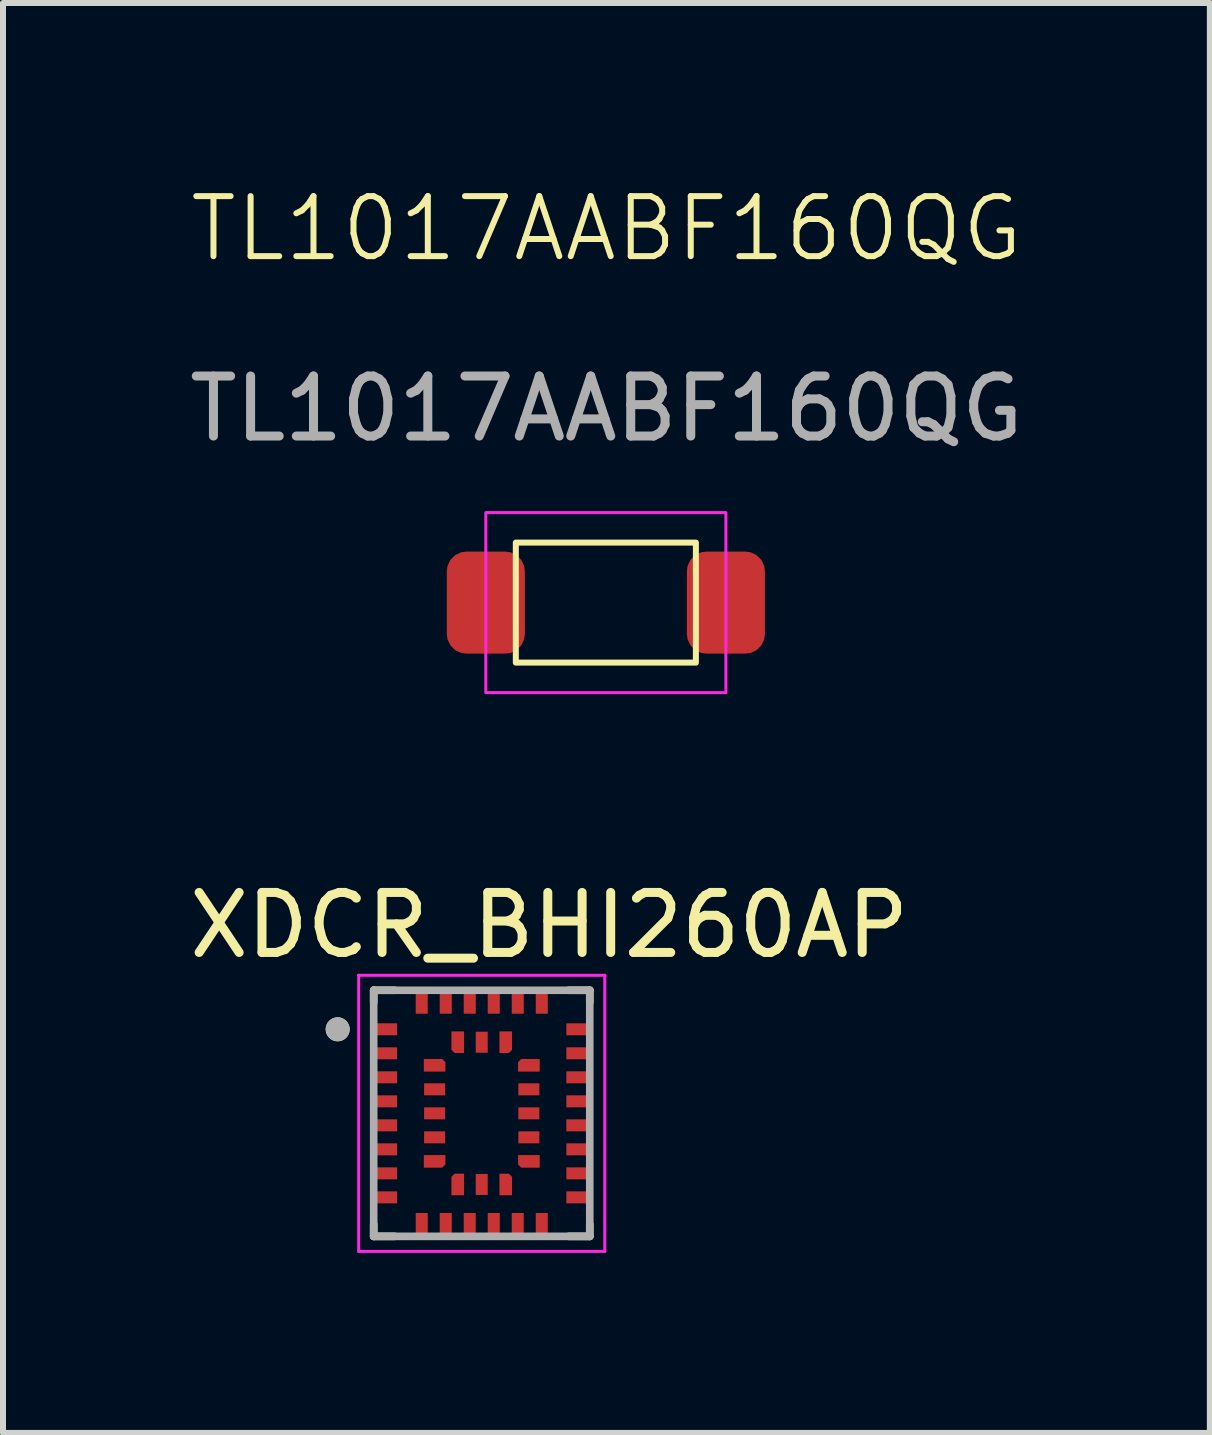
<source format=kicad_pcb>
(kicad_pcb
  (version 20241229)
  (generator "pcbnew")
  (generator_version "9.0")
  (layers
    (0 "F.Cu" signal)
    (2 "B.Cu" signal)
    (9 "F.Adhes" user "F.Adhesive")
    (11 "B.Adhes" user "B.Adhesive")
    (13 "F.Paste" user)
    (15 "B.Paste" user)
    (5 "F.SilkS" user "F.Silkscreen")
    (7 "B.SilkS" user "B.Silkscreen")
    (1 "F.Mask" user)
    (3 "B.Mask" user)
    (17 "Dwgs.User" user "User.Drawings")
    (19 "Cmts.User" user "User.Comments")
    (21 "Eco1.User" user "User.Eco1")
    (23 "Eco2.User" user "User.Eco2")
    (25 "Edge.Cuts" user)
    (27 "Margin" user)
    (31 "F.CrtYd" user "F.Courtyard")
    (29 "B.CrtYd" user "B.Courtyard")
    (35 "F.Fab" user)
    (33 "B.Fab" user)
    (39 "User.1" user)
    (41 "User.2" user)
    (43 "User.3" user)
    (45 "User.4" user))
  (footprint "TL1017AABF160QG"
    (layer "F.Cu")
    (at 7.044 6.99)
    (property "Reference" "TL1017AABF160QG" (at 0.01 -6.23 0) (unlocked yes) (layer "F.SilkS") (effects (font (size 1 1) (thickness 0.1))))
    (attr smd)
    (fp_rect (start -1.5 -1) (end 1.5 1) (stroke (width 0.1) (type default)) (fill no) (layer "F.SilkS"))
    (fp_rect (start -2 -1.5) (end 2 1.5) (stroke (width 0.05) (type default)) (fill no) (layer "F.CrtYd"))
    (fp_text user "${REFERENCE}" (at 0.01 -3.23 0) (unlocked yes) (layer "F.Fab") (effects (font (size 1 1) (thickness 0.15))))
    (pad "1" smd roundrect (at -2 0 90) (size 1.7 1.3) (layers "F.Cu" "F.Mask" "F.Paste") (roundrect_rratio 0.25))
    (pad "2" smd roundrect (at 2 0 270) (size 1.7 1.3) (layers "F.Cu" "F.Mask" "F.Paste") (roundrect_rratio 0.25)))
  (footprint "XDCR_BHI260AP"
    (layer "F.Cu")
    (at 4.976 15.499)
    (property "Reference" "XDCR_BHI260AP" (at 1.125 -3.135 0) (layer "F.SilkS") (effects (font (size 1 1) (thickness 0.15))))
    (attr smd)
    (fp_poly (pts (xy -1.81 -1.55) (xy -1.36 -1.55) (xy -1.36 -1.25) (xy -1.81 -1.25)) (stroke (width 0.01) (type solid)) (fill yes) (layer "F.Mask"))
    (fp_poly (pts (xy -1.81 -1.15) (xy -1.36 -1.15) (xy -1.36 -0.85) (xy -1.81 -0.85)) (stroke (width 0.01) (type solid)) (fill yes) (layer "F.Mask"))
    (fp_poly (pts (xy -1.81 -0.75) (xy -1.36 -0.75) (xy -1.36 -0.45) (xy -1.81 -0.45)) (stroke (width 0.01) (type solid)) (fill yes) (layer "F.Mask"))
    (fp_poly (pts (xy -1.81 -0.35) (xy -1.36 -0.35) (xy -1.36 -0.05) (xy -1.81 -0.05)) (stroke (width 0.01) (type solid)) (fill yes) (layer "F.Mask"))
    (fp_poly (pts (xy -1.81 0.05) (xy -1.36 0.05) (xy -1.36 0.35) (xy -1.81 0.35)) (stroke (width 0.01) (type solid)) (fill yes) (layer "F.Mask"))
    (fp_poly (pts (xy -1.81 0.45) (xy -1.36 0.45) (xy -1.36 0.75) (xy -1.81 0.75)) (stroke (width 0.01) (type solid)) (fill yes) (layer "F.Mask"))
    (fp_poly (pts (xy -1.81 0.85) (xy -1.36 0.85) (xy -1.36 1.15) (xy -1.81 1.15)) (stroke (width 0.01) (type solid)) (fill yes) (layer "F.Mask"))
    (fp_poly (pts (xy -1.81 1.25) (xy -1.36 1.25) (xy -1.36 1.55) (xy -1.81 1.55)) (stroke (width 0.01) (type solid)) (fill yes) (layer "F.Mask"))
    (fp_poly (pts (xy -1.15 -2.06) (xy -0.85 -2.06) (xy -0.85 -1.61) (xy -1.15 -1.61)) (stroke (width 0.01) (type solid)) (fill yes) (layer "F.Mask"))
    (fp_poly (pts (xy -1.15 1.61) (xy -0.85 1.61) (xy -0.85 2.06) (xy -1.15 2.06)) (stroke (width 0.01) (type solid)) (fill yes) (layer "F.Mask"))
    (fp_poly (pts (xy -1.01 -0.55) (xy -0.56 -0.55) (xy -0.56 -0.25) (xy -1.01 -0.25)) (stroke (width 0.01) (type solid)) (fill yes) (layer "F.Mask"))
    (fp_poly (pts (xy -1.01 -0.15) (xy -0.56 -0.15) (xy -0.56 0.15) (xy -1.01 0.15)) (stroke (width 0.01) (type solid)) (fill yes) (layer "F.Mask"))
    (fp_poly (pts (xy -1.01 0.25) (xy -0.56 0.25) (xy -0.56 0.55) (xy -1.01 0.55)) (stroke (width 0.01) (type solid)) (fill yes) (layer "F.Mask"))
    (fp_poly (pts (xy -0.75 -2.06) (xy -0.45 -2.06) (xy -0.45 -1.61) (xy -0.75 -1.61)) (stroke (width 0.01) (type solid)) (fill yes) (layer "F.Mask"))
    (fp_poly (pts (xy -0.75 1.61) (xy -0.45 1.61) (xy -0.45 2.06) (xy -0.75 2.06)) (stroke (width 0.01) (type solid)) (fill yes) (layer "F.Mask"))
    (fp_poly (pts (xy -0.35 -2.06) (xy -0.05 -2.06) (xy -0.05 -1.61) (xy -0.35 -1.61)) (stroke (width 0.01) (type solid)) (fill yes) (layer "F.Mask"))
    (fp_poly (pts (xy -0.35 1.61) (xy -0.05 1.61) (xy -0.05 2.06) (xy -0.35 2.06)) (stroke (width 0.01) (type solid)) (fill yes) (layer "F.Mask"))
    (fp_poly (pts (xy -0.15 -1.41) (xy 0.15 -1.41) (xy 0.15 -0.96) (xy -0.15 -0.96)) (stroke (width 0.01) (type solid)) (fill yes) (layer "F.Mask"))
    (fp_poly (pts (xy -0.15 0.96) (xy 0.15 0.96) (xy 0.15 1.41) (xy -0.15 1.41)) (stroke (width 0.01) (type solid)) (fill yes) (layer "F.Mask"))
    (fp_poly (pts (xy 0.05 -2.06) (xy 0.35 -2.06) (xy 0.35 -1.61) (xy 0.05 -1.61)) (stroke (width 0.01) (type solid)) (fill yes) (layer "F.Mask"))
    (fp_poly (pts (xy 0.05 1.61) (xy 0.35 1.61) (xy 0.35 2.06) (xy 0.05 2.06)) (stroke (width 0.01) (type solid)) (fill yes) (layer "F.Mask"))
    (fp_poly (pts (xy 0.45 -2.06) (xy 0.75 -2.06) (xy 0.75 -1.61) (xy 0.45 -1.61)) (stroke (width 0.01) (type solid)) (fill yes) (layer "F.Mask"))
    (fp_poly (pts (xy 0.45 1.61) (xy 0.75 1.61) (xy 0.75 2.06) (xy 0.45 2.06)) (stroke (width 0.01) (type solid)) (fill yes) (layer "F.Mask"))
    (fp_poly (pts (xy 0.56 -0.55) (xy 1.01 -0.55) (xy 1.01 -0.25) (xy 0.56 -0.25)) (stroke (width 0.01) (type solid)) (fill yes) (layer "F.Mask"))
    (fp_poly (pts (xy 0.56 -0.15) (xy 1.01 -0.15) (xy 1.01 0.15) (xy 0.56 0.15)) (stroke (width 0.01) (type solid)) (fill yes) (layer "F.Mask"))
    (fp_poly (pts (xy 0.56 0.25) (xy 1.01 0.25) (xy 1.01 0.55) (xy 0.56 0.55)) (stroke (width 0.01) (type solid)) (fill yes) (layer "F.Mask"))
    (fp_poly (pts (xy 0.85 -2.06) (xy 1.15 -2.06) (xy 1.15 -1.61) (xy 0.85 -1.61)) (stroke (width 0.01) (type solid)) (fill yes) (layer "F.Mask"))
    (fp_poly (pts (xy 0.85 1.61) (xy 1.15 1.61) (xy 1.15 2.06) (xy 0.85 2.06)) (stroke (width 0.01) (type solid)) (fill yes) (layer "F.Mask"))
    (fp_poly (pts (xy 1.36 -1.55) (xy 1.81 -1.55) (xy 1.81 -1.25) (xy 1.36 -1.25)) (stroke (width 0.01) (type solid)) (fill yes) (layer "F.Mask"))
    (fp_poly (pts (xy 1.36 -1.15) (xy 1.81 -1.15) (xy 1.81 -0.85) (xy 1.36 -0.85)) (stroke (width 0.01) (type solid)) (fill yes) (layer "F.Mask"))
    (fp_poly (pts (xy 1.36 -0.75) (xy 1.81 -0.75) (xy 1.81 -0.45) (xy 1.36 -0.45)) (stroke (width 0.01) (type solid)) (fill yes) (layer "F.Mask"))
    (fp_poly (pts (xy 1.36 -0.35) (xy 1.81 -0.35) (xy 1.81 -0.05) (xy 1.36 -0.05)) (stroke (width 0.01) (type solid)) (fill yes) (layer "F.Mask"))
    (fp_poly (pts (xy 1.36 0.05) (xy 1.81 0.05) (xy 1.81 0.35) (xy 1.36 0.35)) (stroke (width 0.01) (type solid)) (fill yes) (layer "F.Mask"))
    (fp_poly (pts (xy 1.36 0.45) (xy 1.81 0.45) (xy 1.81 0.75) (xy 1.36 0.75)) (stroke (width 0.01) (type solid)) (fill yes) (layer "F.Mask"))
    (fp_poly (pts (xy 1.36 0.85) (xy 1.81 0.85) (xy 1.81 1.15) (xy 1.36 1.15)) (stroke (width 0.01) (type solid)) (fill yes) (layer "F.Mask"))
    (fp_poly (pts (xy 1.36 1.25) (xy 1.81 1.25) (xy 1.81 1.55) (xy 1.36 1.55)) (stroke (width 0.01) (type solid)) (fill yes) (layer "F.Mask"))
    (fp_poly (pts (xy -1.01 -0.95) (xy -1.01 -0.65) (xy -0.56 -0.65) (xy -0.56 -0.875) (xy -0.635 -0.95)) (stroke (width 0.01) (type solid)) (fill yes) (layer "F.Mask"))
    (fp_poly (pts (xy -1.01 0.95) (xy -1.01 0.65) (xy -0.56 0.65) (xy -0.56 0.875) (xy -0.635 0.95)) (stroke (width 0.01) (type solid)) (fill yes) (layer "F.Mask"))
    (fp_poly (pts (xy -0.55 -1.41) (xy -0.25 -1.41) (xy -0.25 -0.96) (xy -0.475 -0.96) (xy -0.55 -1.035)) (stroke (width 0.01) (type solid)) (fill yes) (layer "F.Mask"))
    (fp_poly (pts (xy -0.55 1.41) (xy -0.25 1.41) (xy -0.25 0.96) (xy -0.475 0.96) (xy -0.55 1.035)) (stroke (width 0.01) (type solid)) (fill yes) (layer "F.Mask"))
    (fp_poly (pts (xy 0.55 -1.41) (xy 0.25 -1.41) (xy 0.25 -0.96) (xy 0.475 -0.96) (xy 0.55 -1.035)) (stroke (width 0.01) (type solid)) (fill yes) (layer "F.Mask"))
    (fp_poly (pts (xy 0.55 1.41) (xy 0.25 1.41) (xy 0.25 0.96) (xy 0.475 0.96) (xy 0.55 1.035)) (stroke (width 0.01) (type solid)) (fill yes) (layer "F.Mask"))
    (fp_poly (pts (xy 1.01 -0.95) (xy 1.01 -0.65) (xy 0.56 -0.65) (xy 0.56 -0.875) (xy 0.635 -0.95)) (stroke (width 0.01) (type solid)) (fill yes) (layer "F.Mask"))
    (fp_poly (pts (xy 1.01 0.95) (xy 1.01 0.65) (xy 0.56 0.65) (xy 0.56 0.875) (xy 0.635 0.95)) (stroke (width 0.01) (type solid)) (fill yes) (layer "F.Mask"))
    (fp_line (start -1.8 -2.05) (end -1.8 -1.85) (stroke (width 0.127) (type solid)) (layer "F.SilkS"))
    (fp_line (start -1.8 1.85) (end -1.8 2.05) (stroke (width 0.127) (type solid)) (layer "F.SilkS"))
    (fp_line (start -1.8 2.05) (end -1.45 2.05) (stroke (width 0.127) (type solid)) (layer "F.SilkS"))
    (fp_line (start -1.45 -2.05) (end -1.8 -2.05) (stroke (width 0.127) (type solid)) (layer "F.SilkS"))
    (fp_line (start 1.45 2.05) (end 1.8 2.05) (stroke (width 0.127) (type solid)) (layer "F.SilkS"))
    (fp_line (start 1.8 -2.05) (end 1.45 -2.05) (stroke (width 0.127) (type solid)) (layer "F.SilkS"))
    (fp_line (start 1.8 -1.85) (end 1.8 -2.05) (stroke (width 0.127) (type solid)) (layer "F.SilkS"))
    (fp_line (start 1.8 2.05) (end 1.8 1.85) (stroke (width 0.127) (type solid)) (layer "F.SilkS"))
    (fp_circle (center -2.4 -1.4) (end -2.3 -1.4) (stroke (width 0.2) (type solid)) (fill no) (layer "F.SilkS"))
    (fp_poly (pts (xy -0.96 -0.9) (xy -0.66 -0.9) (xy -0.61 -0.85) (xy -0.61 -0.7) (xy -0.96 -0.7)) (stroke (width 0.01) (type solid)) (fill yes) (layer "F.Paste"))
    (fp_poly (pts (xy -0.96 0.9) (xy -0.66 0.9) (xy -0.61 0.85) (xy -0.61 0.7) (xy -0.96 0.7)) (stroke (width 0.01) (type solid)) (fill yes) (layer "F.Paste"))
    (fp_poly (pts (xy -0.5 -1.36) (xy -0.5 -1.06) (xy -0.45 -1.01) (xy -0.3 -1.01) (xy -0.3 -1.36)) (stroke (width 0.01) (type solid)) (fill yes) (layer "F.Paste"))
    (fp_poly (pts (xy -0.5 1.36) (xy -0.5 1.06) (xy -0.45 1.01) (xy -0.3 1.01) (xy -0.3 1.36)) (stroke (width 0.01) (type solid)) (fill yes) (layer "F.Paste"))
    (fp_poly (pts (xy 0.5 -1.36) (xy 0.5 -1.06) (xy 0.45 -1.01) (xy 0.3 -1.01) (xy 0.3 -1.36)) (stroke (width 0.01) (type solid)) (fill yes) (layer "F.Paste"))
    (fp_poly (pts (xy 0.5 1.36) (xy 0.5 1.06) (xy 0.45 1.01) (xy 0.3 1.01) (xy 0.3 1.36)) (stroke (width 0.01) (type solid)) (fill yes) (layer "F.Paste"))
    (fp_poly (pts (xy 0.96 -0.9) (xy 0.66 -0.9) (xy 0.61 -0.85) (xy 0.61 -0.7) (xy 0.96 -0.7)) (stroke (width 0.01) (type solid)) (fill yes) (layer "F.Paste"))
    (fp_poly (pts (xy 0.96 0.9) (xy 0.66 0.9) (xy 0.61 0.85) (xy 0.61 0.7) (xy 0.96 0.7)) (stroke (width 0.01) (type solid)) (fill yes) (layer "F.Paste"))
    (fp_line (start -2.05 -2.3) (end 2.05 -2.3) (stroke (width 0.05) (type solid)) (layer "F.CrtYd"))
    (fp_line (start -2.05 2.3) (end -2.05 -2.3) (stroke (width 0.05) (type solid)) (layer "F.CrtYd"))
    (fp_line (start 2.05 -2.3) (end 2.05 2.3) (stroke (width 0.05) (type solid)) (layer "F.CrtYd"))
    (fp_line (start 2.05 2.3) (end -2.05 2.3) (stroke (width 0.05) (type solid)) (layer "F.CrtYd"))
    (fp_line (start -1.8 -2.05) (end 1.8 -2.05) (stroke (width 0.127) (type solid)) (layer "F.Fab"))
    (fp_line (start -1.8 2.05) (end -1.8 -2.05) (stroke (width 0.127) (type solid)) (layer "F.Fab"))
    (fp_line (start 1.8 -2.05) (end 1.8 2.05) (stroke (width 0.127) (type solid)) (layer "F.Fab"))
    (fp_line (start 1.8 2.05) (end -1.8 2.05) (stroke (width 0.127) (type solid)) (layer "F.Fab"))
    (fp_circle (center -2.4 -1.4) (end -2.3 -1.4) (stroke (width 0.2) (type solid)) (fill no) (layer "F.Fab"))
    (pad "1" smd rect (at -1.585 -1.4) (size 0.35 0.2) (layers "F.Cu" "F.Paste"))
    (pad "2" smd rect (at -1.585 -1) (size 0.35 0.2) (layers "F.Cu" "F.Paste"))
    (pad "3" smd rect (at -1.585 -0.6) (size 0.35 0.2) (layers "F.Cu" "F.Paste"))
    (pad "4" smd rect (at -1.585 -0.2) (size 0.35 0.2) (layers "F.Cu" "F.Paste"))
    (pad "5" smd rect (at -1.585 0.2) (size 0.35 0.2) (layers "F.Cu" "F.Paste"))
    (pad "6" smd rect (at -1.585 0.6) (size 0.35 0.2) (layers "F.Cu" "F.Paste"))
    (pad "7" smd rect (at -1.585 1) (size 0.35 0.2) (layers "F.Cu" "F.Paste"))
    (pad "8" smd rect (at -1.585 1.4) (size 0.35 0.2) (layers "F.Cu" "F.Paste"))
    (pad "9" smd rect (at -1 1.835) (size 0.2 0.35) (layers "F.Cu" "F.Paste"))
    (pad "10" smd rect (at -0.6 1.835) (size 0.2 0.35) (layers "F.Cu" "F.Paste"))
    (pad "11" smd rect (at -0.2 1.835) (size 0.2 0.35) (layers "F.Cu" "F.Paste"))
    (pad "12" smd rect (at 0.2 1.835) (size 0.2 0.35) (layers "F.Cu" "F.Paste"))
    (pad "13" smd rect (at 0.6 1.835) (size 0.2 0.35) (layers "F.Cu" "F.Paste"))
    (pad "14" smd rect (at 1 1.835) (size 0.2 0.35) (layers "F.Cu" "F.Paste"))
    (pad "15" smd rect (at 1.585 1.4) (size 0.35 0.2) (layers "F.Cu" "F.Paste"))
    (pad "16" smd rect (at 1.585 1) (size 0.35 0.2) (layers "F.Cu" "F.Paste"))
    (pad "17" smd rect (at 1.585 0.6) (size 0.35 0.2) (layers "F.Cu" "F.Paste"))
    (pad "18" smd rect (at 1.585 0.2) (size 0.35 0.2) (layers "F.Cu" "F.Paste"))
    (pad "19" smd rect (at 1.585 -0.2) (size 0.35 0.2) (layers "F.Cu" "F.Paste"))
    (pad "20" smd rect (at 1.585 -0.6) (size 0.35 0.2) (layers "F.Cu" "F.Paste"))
    (pad "21" smd rect (at 1.585 -1) (size 0.35 0.2) (layers "F.Cu" "F.Paste"))
    (pad "22" smd rect (at 1.585 -1.4) (size 0.35 0.2) (layers "F.Cu" "F.Paste"))
    (pad "23" smd rect (at 1 -1.835) (size 0.2 0.35) (layers "F.Cu" "F.Paste"))
    (pad "24" smd rect (at 0.6 -1.835) (size 0.2 0.35) (layers "F.Cu" "F.Paste"))
    (pad "25" smd rect (at 0.2 -1.835) (size 0.2 0.35) (layers "F.Cu" "F.Paste"))
    (pad "26" smd rect (at -0.2 -1.835) (size 0.2 0.35) (layers "F.Cu" "F.Paste"))
    (pad "27" smd rect (at -0.6 -1.835) (size 0.2 0.35) (layers "F.Cu" "F.Paste"))
    (pad "28" smd rect (at -1 -1.835) (size 0.2 0.35) (layers "F.Cu" "F.Paste"))
    (pad "29" smd custom (at -0.785 -0.8) (size 0.1 0.1) (layers "F.Cu") (options (anchor rect)) (primitives (gr_poly (pts (xy -0.175 -0.1) (xy 0.125 -0.1) (xy 0.175 -0.05) (xy 0.175 0.1) (xy -0.175 0.1)) (width 0.01) (fill yes))))
    (pad "30" smd rect (at -0.785 -0.4) (size 0.35 0.2) (layers "F.Cu" "F.Paste"))
    (pad "31" smd rect (at -0.785 0) (size 0.35 0.2) (layers "F.Cu" "F.Paste"))
    (pad "32" smd rect (at -0.785 0.4) (size 0.35 0.2) (layers "F.Cu" "F.Paste"))
    (pad "33" smd custom (at -0.785 0.8) (size 0.1 0.1) (layers "F.Cu") (options (anchor rect)) (primitives (gr_poly (pts (xy -0.175 0.1) (xy 0.125 0.1) (xy 0.175 0.05) (xy 0.175 -0.1) (xy -0.175 -0.1)) (width 0.01) (fill yes))))
    (pad "34" smd custom (at -0.4 1.185) (size 0.1 0.1) (layers "F.Cu") (options (anchor rect)) (primitives (gr_poly (pts (xy -0.1 0.175) (xy -0.1 -0.125) (xy -0.05 -0.175) (xy 0.1 -0.175) (xy 0.1 0.175)) (width 0.01) (fill yes))))
    (pad "35" smd rect (at 0 1.185) (size 0.2 0.35) (layers "F.Cu" "F.Paste"))
    (pad "36" smd custom (at 0.4 1.185) (size 0.1 0.1) (layers "F.Cu") (options (anchor rect)) (primitives (gr_poly (pts (xy 0.1 0.175) (xy 0.1 -0.125) (xy 0.05 -0.175) (xy -0.1 -0.175) (xy -0.1 0.175)) (width 0.01) (fill yes))))
    (pad "37" smd custom (at 0.785 0.8) (size 0.1 0.1) (layers "F.Cu") (options (anchor rect)) (primitives (gr_poly (pts (xy 0.175 0.1) (xy -0.125 0.1) (xy -0.175 0.05) (xy -0.175 -0.1) (xy 0.175 -0.1)) (width 0.01) (fill yes))))
    (pad "38" smd rect (at 0.785 0.4) (size 0.35 0.2) (layers "F.Cu" "F.Paste"))
    (pad "39" smd rect (at 0.785 0) (size 0.35 0.2) (layers "F.Cu" "F.Paste"))
    (pad "40" smd rect (at 0.785 -0.4) (size 0.35 0.2) (layers "F.Cu" "F.Paste"))
    (pad "41" smd custom (at 0.785 -0.8) (size 0.1 0.1) (layers "F.Cu") (options (anchor rect)) (primitives (gr_poly (pts (xy 0.175 -0.1) (xy -0.125 -0.1) (xy -0.175 -0.05) (xy -0.175 0.1) (xy 0.175 0.1)) (width 0.01) (fill yes))))
    (pad "42" smd custom (at 0.4 -1.185) (size 0.1 0.1) (layers "F.Cu") (options (anchor rect)) (primitives (gr_poly (pts (xy 0.1 -0.175) (xy 0.1 0.125) (xy 0.05 0.175) (xy -0.1 0.175) (xy -0.1 -0.175)) (width 0.01) (fill yes))))
    (pad "43" smd rect (at 0 -1.185) (size 0.2 0.35) (layers "F.Cu" "F.Paste"))
    (pad "44" smd custom (at -0.4 -1.185) (size 0.1 0.1) (layers "F.Cu") (options (anchor rect)) (primitives (gr_poly (pts (xy -0.1 -0.175) (xy -0.1 0.125) (xy -0.05 0.175) (xy 0.1 0.175) (xy 0.1 -0.175)) (width 0.01) (fill yes)))))
  (gr_rect
    (start -3 -3)
    (end 17.107 20.824)
    (stroke (width 0.1) (type default))
    (fill no)
    (layer "Edge.Cuts")))
</source>
